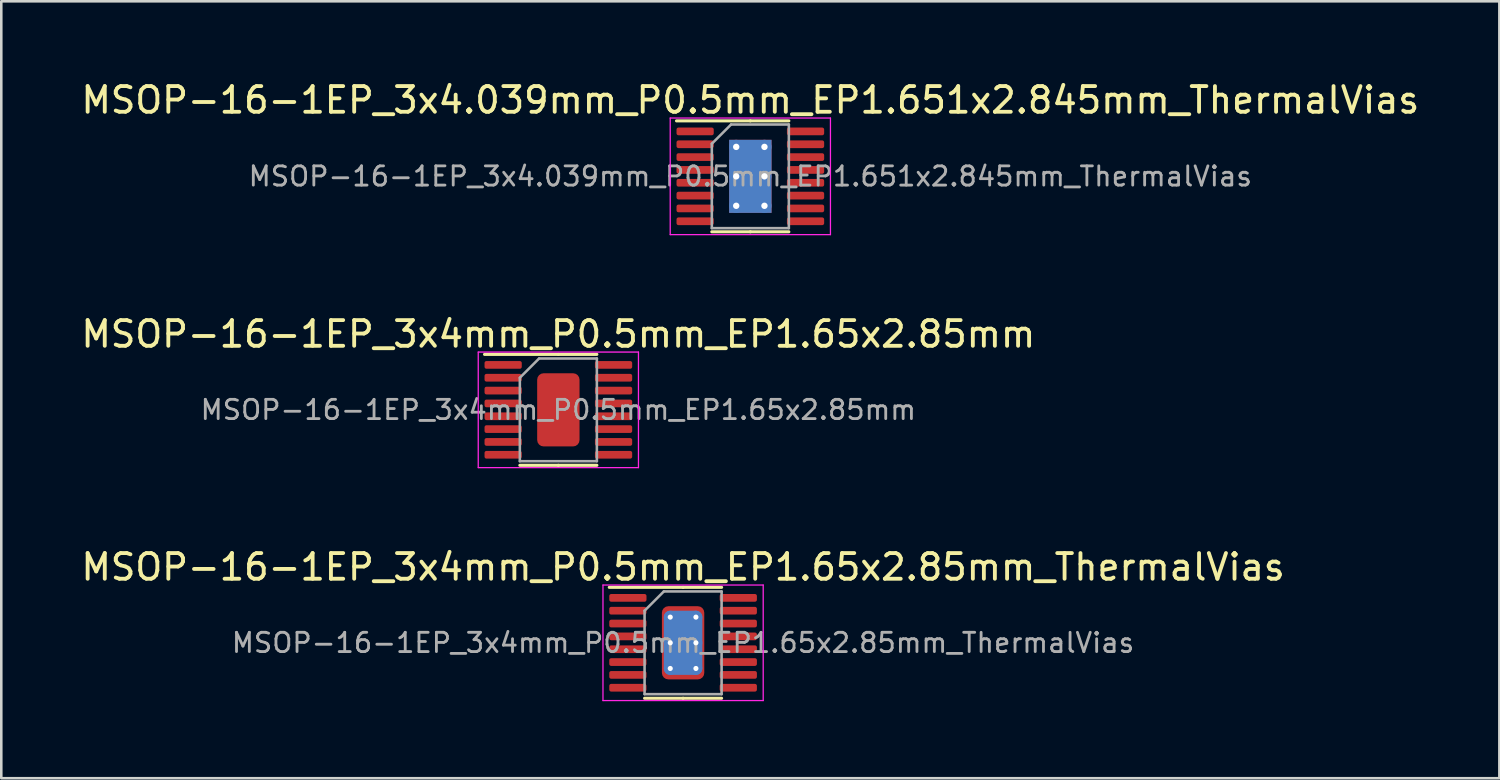
<source format=kicad_pcb>
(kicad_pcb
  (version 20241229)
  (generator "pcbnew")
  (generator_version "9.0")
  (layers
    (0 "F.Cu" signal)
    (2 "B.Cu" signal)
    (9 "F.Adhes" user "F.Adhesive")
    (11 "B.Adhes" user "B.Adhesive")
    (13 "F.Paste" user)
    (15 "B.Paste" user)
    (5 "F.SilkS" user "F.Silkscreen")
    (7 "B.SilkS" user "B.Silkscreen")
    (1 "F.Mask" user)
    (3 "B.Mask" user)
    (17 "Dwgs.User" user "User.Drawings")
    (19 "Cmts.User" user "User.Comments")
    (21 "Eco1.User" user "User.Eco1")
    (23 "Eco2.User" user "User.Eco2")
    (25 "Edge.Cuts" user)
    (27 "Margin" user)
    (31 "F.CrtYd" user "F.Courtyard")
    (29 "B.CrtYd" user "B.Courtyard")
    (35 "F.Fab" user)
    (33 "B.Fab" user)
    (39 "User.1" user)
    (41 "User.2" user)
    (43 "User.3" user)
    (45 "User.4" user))
  (footprint "MSOP-16-1EP_3x4.039mm_P0.5mm_EP1.651x2.845mm_ThermalVias"
    (layer "F.Cu")
    (at 26.173 3.818)
    (property "Reference" "MSOP-16-1EP_3x4.039mm_P0.5mm_EP1.651x2.845mm_ThermalVias" (at 0 -2.97 0) (layer "F.SilkS") (effects (font (size 1 1) (thickness 0.15))))
    (attr smd)
    (fp_line (start 0 -2.16) (end -2.875 -2.16) (stroke (width 0.12) (type solid)) (layer "F.SilkS"))
    (fp_line (start 0 -2.16) (end 1.5 -2.16) (stroke (width 0.12) (type solid)) (layer "F.SilkS"))
    (fp_line (start 0 2.16) (end -1.5 2.16) (stroke (width 0.12) (type solid)) (layer "F.SilkS"))
    (fp_line (start 0 2.16) (end 1.5 2.16) (stroke (width 0.12) (type solid)) (layer "F.SilkS"))
    (fp_line (start -3.12 -2.27) (end -3.12 2.27) (stroke (width 0.05) (type solid)) (layer "F.CrtYd"))
    (fp_line (start -3.12 2.27) (end 3.12 2.27) (stroke (width 0.05) (type solid)) (layer "F.CrtYd"))
    (fp_line (start 3.12 -2.27) (end -3.12 -2.27) (stroke (width 0.05) (type solid)) (layer "F.CrtYd"))
    (fp_line (start 3.12 2.27) (end 3.12 -2.27) (stroke (width 0.05) (type solid)) (layer "F.CrtYd"))
    (fp_line (start -1.5 -1.27) (end -0.75 -2.019) (stroke (width 0.1) (type solid)) (layer "F.Fab"))
    (fp_line (start -1.5 2.019) (end -1.5 -1.27) (stroke (width 0.1) (type solid)) (layer "F.Fab"))
    (fp_line (start -0.75 -2.019) (end 1.5 -2.019) (stroke (width 0.1) (type solid)) (layer "F.Fab"))
    (fp_line (start 1.5 -2.019) (end 1.5 2.019) (stroke (width 0.1) (type solid)) (layer "F.Fab"))
    (fp_line (start 1.5 2.019) (end -1.5 2.019) (stroke (width 0.1) (type solid)) (layer "F.Fab"))
    (fp_text user "${REFERENCE}" (at 0 0 0) (layer "F.Fab") (effects (font (size 0.75 0.75) (thickness 0.11))))
    (pad "" smd roundrect (at -0.415 -0.71) (size 0.69 1.19) (layers "F.Paste") (roundrect_rratio 0.25))
    (pad "" smd roundrect (at -0.415 0.71) (size 0.69 1.19) (layers "F.Paste") (roundrect_rratio 0.25))
    (pad "" smd roundrect (at 0.415 -0.71) (size 0.69 1.19) (layers "F.Paste") (roundrect_rratio 0.25))
    (pad "" smd roundrect (at 0.415 0.71) (size 0.69 1.19) (layers "F.Paste") (roundrect_rratio 0.25))
    (pad "1" smd roundrect (at -2.15 -1.75) (size 1.45 0.3) (layers "F.Cu" "F.Mask" "F.Paste") (roundrect_rratio 0.25))
    (pad "2" smd roundrect (at -2.15 -1.25) (size 1.45 0.3) (layers "F.Cu" "F.Mask" "F.Paste") (roundrect_rratio 0.25))
    (pad "3" smd roundrect (at -2.15 -0.75) (size 1.45 0.3) (layers "F.Cu" "F.Mask" "F.Paste") (roundrect_rratio 0.25))
    (pad "4" smd roundrect (at -2.15 -0.25) (size 1.45 0.3) (layers "F.Cu" "F.Mask" "F.Paste") (roundrect_rratio 0.25))
    (pad "5" smd roundrect (at -2.15 0.25) (size 1.45 0.3) (layers "F.Cu" "F.Mask" "F.Paste") (roundrect_rratio 0.25))
    (pad "6" smd roundrect (at -2.15 0.75) (size 1.45 0.3) (layers "F.Cu" "F.Mask" "F.Paste") (roundrect_rratio 0.25))
    (pad "7" smd roundrect (at -2.15 1.25) (size 1.45 0.3) (layers "F.Cu" "F.Mask" "F.Paste") (roundrect_rratio 0.25))
    (pad "8" smd roundrect (at -2.15 1.75) (size 1.45 0.3) (layers "F.Cu" "F.Mask" "F.Paste") (roundrect_rratio 0.25))
    (pad "9" smd roundrect (at 2.15 1.75) (size 1.45 0.3) (layers "F.Cu" "F.Mask" "F.Paste") (roundrect_rratio 0.25))
    (pad "10" smd roundrect (at 2.15 1.25) (size 1.45 0.3) (layers "F.Cu" "F.Mask" "F.Paste") (roundrect_rratio 0.25))
    (pad "11" smd roundrect (at 2.15 0.75) (size 1.45 0.3) (layers "F.Cu" "F.Mask" "F.Paste") (roundrect_rratio 0.25))
    (pad "12" smd roundrect (at 2.15 0.25) (size 1.45 0.3) (layers "F.Cu" "F.Mask" "F.Paste") (roundrect_rratio 0.25))
    (pad "13" smd roundrect (at 2.15 -0.25) (size 1.45 0.3) (layers "F.Cu" "F.Mask" "F.Paste") (roundrect_rratio 0.25))
    (pad "14" smd roundrect (at 2.15 -0.75) (size 1.45 0.3) (layers "F.Cu" "F.Mask" "F.Paste") (roundrect_rratio 0.25))
    (pad "15" smd roundrect (at 2.15 -1.25) (size 1.45 0.3) (layers "F.Cu" "F.Mask" "F.Paste") (roundrect_rratio 0.25))
    (pad "16" smd roundrect (at 2.15 -1.75) (size 1.45 0.3) (layers "F.Cu" "F.Mask" "F.Paste") (roundrect_rratio 0.25))
    (pad "17" thru_hole circle (at -0.55 -1.147) (size 0.55 0.55) (drill 0.25) (layers "*.Cu"))
    (pad "17" thru_hole circle (at -0.55 0) (size 0.55 0.55) (drill 0.25) (layers "*.Cu"))
    (pad "17" thru_hole circle (at -0.55 1.147) (size 0.55 0.55) (drill 0.25) (layers "*.Cu"))
    (pad "17" smd rect (at 0 0) (size 1.651 2.845) (layers "F.Cu" "F.Mask"))
    (pad "17" smd rect (at 0 0) (size 1.651 2.845) (layers "B.Cu"))
    (pad "17" thru_hole circle (at 0.55 -1.147) (size 0.55 0.55) (drill 0.25) (layers "*.Cu"))
    (pad "17" thru_hole circle (at 0.55 0) (size 0.55 0.55) (drill 0.25) (layers "*.Cu"))
    (pad "17" thru_hole circle (at 0.55 1.147) (size 0.55 0.55) (drill 0.25) (layers "*.Cu")))
  (footprint "MSOP-16-1EP_3x4mm_P0.5mm_EP1.65x2.85mm"
    (layer "F.Cu")
    (at 18.696 12.912)
    (property "Reference" "MSOP-16-1EP_3x4mm_P0.5mm_EP1.65x2.85mm" (at 0 -2.95 0) (layer "F.SilkS") (effects (font (size 1 1) (thickness 0.15))))
    (attr smd)
    (fp_line (start 0 -2.16) (end -2.875 -2.16) (stroke (width 0.12) (type solid)) (layer "F.SilkS"))
    (fp_line (start 0 -2.16) (end 1.5 -2.16) (stroke (width 0.12) (type solid)) (layer "F.SilkS"))
    (fp_line (start 0 2.16) (end -1.5 2.16) (stroke (width 0.12) (type solid)) (layer "F.SilkS"))
    (fp_line (start 0 2.16) (end 1.5 2.16) (stroke (width 0.12) (type solid)) (layer "F.SilkS"))
    (fp_line (start -3.12 -2.25) (end -3.12 2.25) (stroke (width 0.05) (type solid)) (layer "F.CrtYd"))
    (fp_line (start -3.12 2.25) (end 3.12 2.25) (stroke (width 0.05) (type solid)) (layer "F.CrtYd"))
    (fp_line (start 3.12 -2.25) (end -3.12 -2.25) (stroke (width 0.05) (type solid)) (layer "F.CrtYd"))
    (fp_line (start 3.12 2.25) (end 3.12 -2.25) (stroke (width 0.05) (type solid)) (layer "F.CrtYd"))
    (fp_line (start -1.5 -1.25) (end -0.75 -2) (stroke (width 0.1) (type solid)) (layer "F.Fab"))
    (fp_line (start -1.5 2) (end -1.5 -1.25) (stroke (width 0.1) (type solid)) (layer "F.Fab"))
    (fp_line (start -0.75 -2) (end 1.5 -2) (stroke (width 0.1) (type solid)) (layer "F.Fab"))
    (fp_line (start 1.5 -2) (end 1.5 2) (stroke (width 0.1) (type solid)) (layer "F.Fab"))
    (fp_line (start 1.5 2) (end -1.5 2) (stroke (width 0.1) (type solid)) (layer "F.Fab"))
    (fp_text user "${REFERENCE}" (at 0 0 0) (layer "F.Fab") (effects (font (size 0.75 0.75) (thickness 0.11))))
    (pad "" smd roundrect (at -0.41 -0.71) (size 0.67 1.15) (layers "F.Paste") (roundrect_rratio 0.25))
    (pad "" smd roundrect (at -0.41 0.71) (size 0.67 1.15) (layers "F.Paste") (roundrect_rratio 0.25))
    (pad "" smd roundrect (at 0.41 -0.71) (size 0.67 1.15) (layers "F.Paste") (roundrect_rratio 0.25))
    (pad "" smd roundrect (at 0.41 0.71) (size 0.67 1.15) (layers "F.Paste") (roundrect_rratio 0.25))
    (pad "1" smd roundrect (at -2.15 -1.75) (size 1.45 0.3) (layers "F.Cu" "F.Mask" "F.Paste") (roundrect_rratio 0.25))
    (pad "2" smd roundrect (at -2.15 -1.25) (size 1.45 0.3) (layers "F.Cu" "F.Mask" "F.Paste") (roundrect_rratio 0.25))
    (pad "3" smd roundrect (at -2.15 -0.75) (size 1.45 0.3) (layers "F.Cu" "F.Mask" "F.Paste") (roundrect_rratio 0.25))
    (pad "4" smd roundrect (at -2.15 -0.25) (size 1.45 0.3) (layers "F.Cu" "F.Mask" "F.Paste") (roundrect_rratio 0.25))
    (pad "5" smd roundrect (at -2.15 0.25) (size 1.45 0.3) (layers "F.Cu" "F.Mask" "F.Paste") (roundrect_rratio 0.25))
    (pad "6" smd roundrect (at -2.15 0.75) (size 1.45 0.3) (layers "F.Cu" "F.Mask" "F.Paste") (roundrect_rratio 0.25))
    (pad "7" smd roundrect (at -2.15 1.25) (size 1.45 0.3) (layers "F.Cu" "F.Mask" "F.Paste") (roundrect_rratio 0.25))
    (pad "8" smd roundrect (at -2.15 1.75) (size 1.45 0.3) (layers "F.Cu" "F.Mask" "F.Paste") (roundrect_rratio 0.25))
    (pad "9" smd roundrect (at 2.15 1.75) (size 1.45 0.3) (layers "F.Cu" "F.Mask" "F.Paste") (roundrect_rratio 0.25))
    (pad "10" smd roundrect (at 2.15 1.25) (size 1.45 0.3) (layers "F.Cu" "F.Mask" "F.Paste") (roundrect_rratio 0.25))
    (pad "11" smd roundrect (at 2.15 0.75) (size 1.45 0.3) (layers "F.Cu" "F.Mask" "F.Paste") (roundrect_rratio 0.25))
    (pad "12" smd roundrect (at 2.15 0.25) (size 1.45 0.3) (layers "F.Cu" "F.Mask" "F.Paste") (roundrect_rratio 0.25))
    (pad "13" smd roundrect (at 2.15 -0.25) (size 1.45 0.3) (layers "F.Cu" "F.Mask" "F.Paste") (roundrect_rratio 0.25))
    (pad "14" smd roundrect (at 2.15 -0.75) (size 1.45 0.3) (layers "F.Cu" "F.Mask" "F.Paste") (roundrect_rratio 0.25))
    (pad "15" smd roundrect (at 2.15 -1.25) (size 1.45 0.3) (layers "F.Cu" "F.Mask" "F.Paste") (roundrect_rratio 0.25))
    (pad "16" smd roundrect (at 2.15 -1.75) (size 1.45 0.3) (layers "F.Cu" "F.Mask" "F.Paste") (roundrect_rratio 0.25))
    (pad "17" smd roundrect (at 0 0) (size 1.65 2.85) (layers "F.Cu" "F.Mask") (roundrect_rratio 0.152)))
  (footprint "MSOP-16-1EP_3x4mm_P0.5mm_EP1.65x2.85mm_ThermalVias"
    (layer "F.Cu")
    (at 23.554 21.985)
    (property "Reference" "MSOP-16-1EP_3x4mm_P0.5mm_EP1.65x2.85mm_ThermalVias" (at 0 -2.95 0) (layer "F.SilkS") (effects (font (size 1 1) (thickness 0.15))))
    (attr smd)
    (fp_line (start 0 -2.16) (end -2.875 -2.16) (stroke (width 0.12) (type solid)) (layer "F.SilkS"))
    (fp_line (start 0 -2.16) (end 1.5 -2.16) (stroke (width 0.12) (type solid)) (layer "F.SilkS"))
    (fp_line (start 0 2.16) (end -1.5 2.16) (stroke (width 0.12) (type solid)) (layer "F.SilkS"))
    (fp_line (start 0 2.16) (end 1.5 2.16) (stroke (width 0.12) (type solid)) (layer "F.SilkS"))
    (fp_line (start -3.12 -2.25) (end -3.12 2.25) (stroke (width 0.05) (type solid)) (layer "F.CrtYd"))
    (fp_line (start -3.12 2.25) (end 3.12 2.25) (stroke (width 0.05) (type solid)) (layer "F.CrtYd"))
    (fp_line (start 3.12 -2.25) (end -3.12 -2.25) (stroke (width 0.05) (type solid)) (layer "F.CrtYd"))
    (fp_line (start 3.12 2.25) (end 3.12 -2.25) (stroke (width 0.05) (type solid)) (layer "F.CrtYd"))
    (fp_line (start -1.5 -1.25) (end -0.75 -2) (stroke (width 0.1) (type solid)) (layer "F.Fab"))
    (fp_line (start -1.5 2) (end -1.5 -1.25) (stroke (width 0.1) (type solid)) (layer "F.Fab"))
    (fp_line (start -0.75 -2) (end 1.5 -2) (stroke (width 0.1) (type solid)) (layer "F.Fab"))
    (fp_line (start 1.5 -2) (end 1.5 2) (stroke (width 0.1) (type solid)) (layer "F.Fab"))
    (fp_line (start 1.5 2) (end -1.5 2) (stroke (width 0.1) (type solid)) (layer "F.Fab"))
    (fp_text user "${REFERENCE}" (at 0 0 0) (layer "F.Fab") (effects (font (size 0.75 0.75) (thickness 0.11))))
    (pad "" smd roundrect (at -0.41 -0.71) (size 0.69 1.19) (layers "F.Paste") (roundrect_rratio 0.25))
    (pad "" smd roundrect (at -0.41 0.71) (size 0.69 1.19) (layers "F.Paste") (roundrect_rratio 0.25))
    (pad "" smd roundrect (at 0.41 -0.71) (size 0.69 1.19) (layers "F.Paste") (roundrect_rratio 0.25))
    (pad "" smd roundrect (at 0.41 0.71) (size 0.69 1.19) (layers "F.Paste") (roundrect_rratio 0.25))
    (pad "1" smd roundrect (at -2.15 -1.75) (size 1.45 0.3) (layers "F.Cu" "F.Mask" "F.Paste") (roundrect_rratio 0.25))
    (pad "2" smd roundrect (at -2.15 -1.25) (size 1.45 0.3) (layers "F.Cu" "F.Mask" "F.Paste") (roundrect_rratio 0.25))
    (pad "3" smd roundrect (at -2.15 -0.75) (size 1.45 0.3) (layers "F.Cu" "F.Mask" "F.Paste") (roundrect_rratio 0.25))
    (pad "4" smd roundrect (at -2.15 -0.25) (size 1.45 0.3) (layers "F.Cu" "F.Mask" "F.Paste") (roundrect_rratio 0.25))
    (pad "5" smd roundrect (at -2.15 0.25) (size 1.45 0.3) (layers "F.Cu" "F.Mask" "F.Paste") (roundrect_rratio 0.25))
    (pad "6" smd roundrect (at -2.15 0.75) (size 1.45 0.3) (layers "F.Cu" "F.Mask" "F.Paste") (roundrect_rratio 0.25))
    (pad "7" smd roundrect (at -2.15 1.25) (size 1.45 0.3) (layers "F.Cu" "F.Mask" "F.Paste") (roundrect_rratio 0.25))
    (pad "8" smd roundrect (at -2.15 1.75) (size 1.45 0.3) (layers "F.Cu" "F.Mask" "F.Paste") (roundrect_rratio 0.25))
    (pad "9" smd roundrect (at 2.15 1.75) (size 1.45 0.3) (layers "F.Cu" "F.Mask" "F.Paste") (roundrect_rratio 0.25))
    (pad "10" smd roundrect (at 2.15 1.25) (size 1.45 0.3) (layers "F.Cu" "F.Mask" "F.Paste") (roundrect_rratio 0.25))
    (pad "11" smd roundrect (at 2.15 0.75) (size 1.45 0.3) (layers "F.Cu" "F.Mask" "F.Paste") (roundrect_rratio 0.25))
    (pad "12" smd roundrect (at 2.15 0.25) (size 1.45 0.3) (layers "F.Cu" "F.Mask" "F.Paste") (roundrect_rratio 0.25))
    (pad "13" smd roundrect (at 2.15 -0.25) (size 1.45 0.3) (layers "F.Cu" "F.Mask" "F.Paste") (roundrect_rratio 0.25))
    (pad "14" smd roundrect (at 2.15 -0.75) (size 1.45 0.3) (layers "F.Cu" "F.Mask" "F.Paste") (roundrect_rratio 0.25))
    (pad "15" smd roundrect (at 2.15 -1.25) (size 1.45 0.3) (layers "F.Cu" "F.Mask" "F.Paste") (roundrect_rratio 0.25))
    (pad "16" smd roundrect (at 2.15 -1.75) (size 1.45 0.3) (layers "F.Cu" "F.Mask" "F.Paste") (roundrect_rratio 0.25))
    (pad "17" thru_hole circle (at -0.5 -1) (size 0.5 0.5) (drill 0.2) (layers "*.Cu"))
    (pad "17" thru_hole circle (at -0.5 0) (size 0.5 0.5) (drill 0.2) (layers "*.Cu"))
    (pad "17" thru_hole circle (at -0.5 1) (size 0.5 0.5) (drill 0.2) (layers "*.Cu"))
    (pad "17" smd roundrect (at 0 0) (size 1.5 2.5) (layers "B.Cu") (roundrect_rratio 0.167))
    (pad "17" smd roundrect (at 0 0) (size 1.65 2.85) (layers "F.Cu" "F.Mask") (roundrect_rratio 0.152))
    (pad "17" thru_hole circle (at 0.5 -1) (size 0.5 0.5) (drill 0.2) (layers "*.Cu"))
    (pad "17" thru_hole circle (at 0.5 0) (size 0.5 0.5) (drill 0.2) (layers "*.Cu"))
    (pad "17" thru_hole circle (at 0.5 1) (size 0.5 0.5) (drill 0.2) (layers "*.Cu")))
  (gr_rect
    (start -3 -3)
    (end 55.345 27.26)
    (stroke (width 0.1) (type default))
    (fill no)
    (layer "Edge.Cuts")))
</source>
